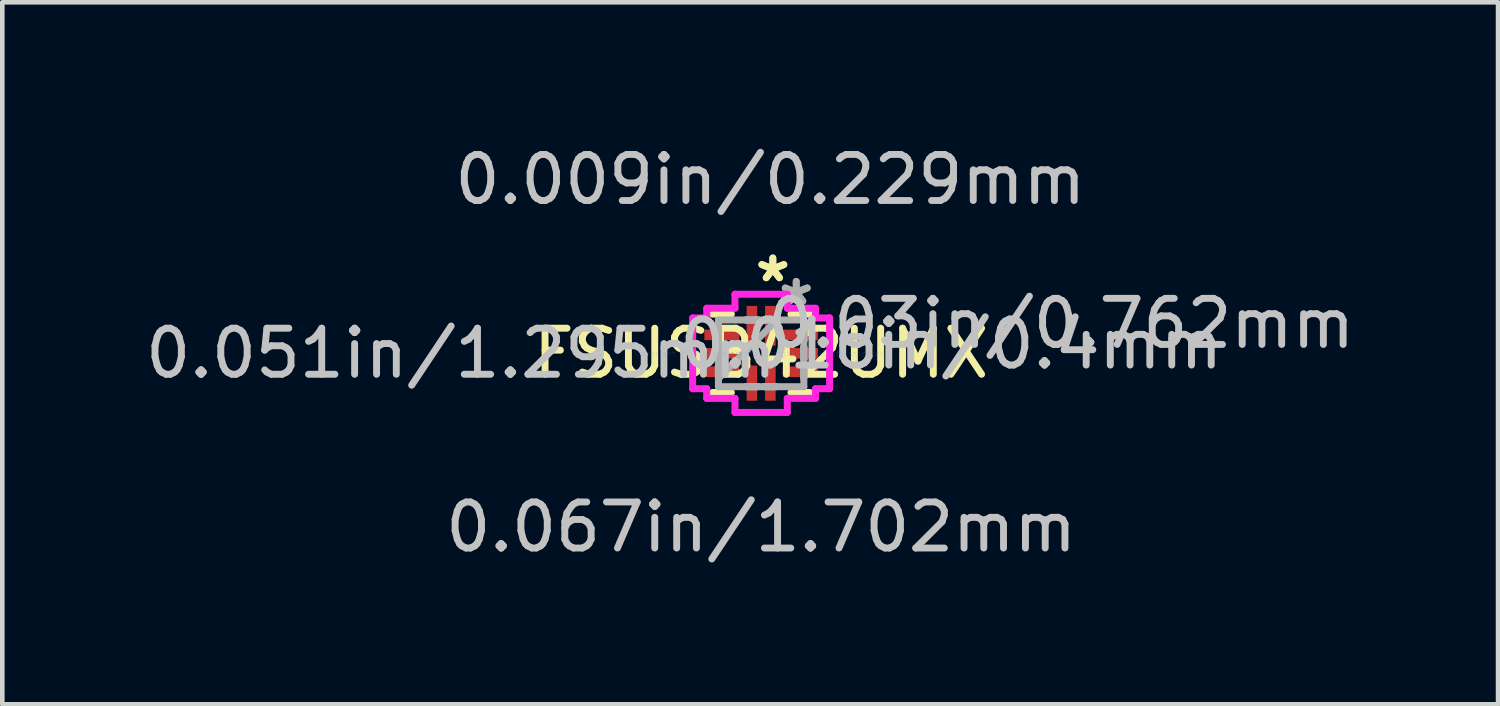
<source format=kicad_pcb>
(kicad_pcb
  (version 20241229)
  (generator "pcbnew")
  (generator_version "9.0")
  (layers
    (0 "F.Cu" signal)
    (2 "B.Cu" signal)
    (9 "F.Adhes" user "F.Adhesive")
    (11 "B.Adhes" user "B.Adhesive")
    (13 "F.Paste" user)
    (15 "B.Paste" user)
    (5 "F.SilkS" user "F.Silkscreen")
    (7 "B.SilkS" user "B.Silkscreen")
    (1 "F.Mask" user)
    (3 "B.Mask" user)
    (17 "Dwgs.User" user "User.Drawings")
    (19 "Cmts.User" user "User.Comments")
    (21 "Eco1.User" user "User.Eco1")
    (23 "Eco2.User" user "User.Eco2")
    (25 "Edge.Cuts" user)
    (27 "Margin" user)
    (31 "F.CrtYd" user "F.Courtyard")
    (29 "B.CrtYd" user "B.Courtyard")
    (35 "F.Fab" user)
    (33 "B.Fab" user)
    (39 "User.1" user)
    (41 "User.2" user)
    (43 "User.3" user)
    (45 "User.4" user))
  (footprint "FSUSB42UMX"
    (layer "F.Cu")
    (at 13.473 4.62)
    (property "Reference" "FSUSB42UMX" (at 0 0 0) (layer "F.SilkS") (effects (font (size 1 1) (thickness 0.15))))
    (attr through_hole)
    (fp_line (start -1.054 -0.851) (end -0.647 -0.851) (stroke (width 0.152) (type solid)) (layer "F.SilkS"))
    (fp_line (start -0.647 0.851) (end -1.054 0.851) (stroke (width 0.152) (type solid)) (layer "F.SilkS"))
    (fp_line (start 0.647 -0.851) (end 1.054 -0.851) (stroke (width 0.152) (type solid)) (layer "F.SilkS"))
    (fp_line (start 1.054 0.851) (end 0.647 0.851) (stroke (width 0.152) (type solid)) (layer "F.SilkS"))
    (fp_line (start -1.486 -0.768) (end -1.486 0.768) (stroke (width 0.152) (type solid)) (layer "F.CrtYd"))
    (fp_line (start -1.486 0.768) (end -1.181 0.768) (stroke (width 0.152) (type solid)) (layer "F.CrtYd"))
    (fp_line (start -1.181 -0.978) (end -1.181 -0.768) (stroke (width 0.152) (type solid)) (layer "F.CrtYd"))
    (fp_line (start -1.181 -0.768) (end -1.486 -0.768) (stroke (width 0.152) (type solid)) (layer "F.CrtYd"))
    (fp_line (start -1.181 0.768) (end -1.181 0.978) (stroke (width 0.152) (type solid)) (layer "F.CrtYd"))
    (fp_line (start -1.181 0.978) (end -0.568 0.978) (stroke (width 0.152) (type solid)) (layer "F.CrtYd"))
    (fp_line (start -0.568 -1.283) (end -0.568 -0.978) (stroke (width 0.152) (type solid)) (layer "F.CrtYd"))
    (fp_line (start -0.568 -0.978) (end -1.181 -0.978) (stroke (width 0.152) (type solid)) (layer "F.CrtYd"))
    (fp_line (start -0.568 0.978) (end -0.568 1.283) (stroke (width 0.152) (type solid)) (layer "F.CrtYd"))
    (fp_line (start -0.568 1.283) (end 0.568 1.283) (stroke (width 0.152) (type solid)) (layer "F.CrtYd"))
    (fp_line (start 0.568 -1.283) (end -0.568 -1.283) (stroke (width 0.152) (type solid)) (layer "F.CrtYd"))
    (fp_line (start 0.568 -0.978) (end 0.568 -1.283) (stroke (width 0.152) (type solid)) (layer "F.CrtYd"))
    (fp_line (start 0.568 0.978) (end 1.181 0.978) (stroke (width 0.152) (type solid)) (layer "F.CrtYd"))
    (fp_line (start 0.568 1.283) (end 0.568 0.978) (stroke (width 0.152) (type solid)) (layer "F.CrtYd"))
    (fp_line (start 1.181 -0.978) (end 0.568 -0.978) (stroke (width 0.152) (type solid)) (layer "F.CrtYd"))
    (fp_line (start 1.181 -0.768) (end 1.181 -0.978) (stroke (width 0.152) (type solid)) (layer "F.CrtYd"))
    (fp_line (start 1.181 0.768) (end 1.486 0.768) (stroke (width 0.152) (type solid)) (layer "F.CrtYd"))
    (fp_line (start 1.181 0.978) (end 1.181 0.768) (stroke (width 0.152) (type solid)) (layer "F.CrtYd"))
    (fp_line (start 1.486 -0.768) (end 1.181 -0.768) (stroke (width 0.152) (type solid)) (layer "F.CrtYd"))
    (fp_line (start 1.486 0.768) (end 1.486 -0.768) (stroke (width 0.152) (type solid)) (layer "F.CrtYd"))
    (fp_line (start -0.927 -0.724) (end -0.927 0.724) (stroke (width 0.152) (type solid)) (layer "F.Fab"))
    (fp_line (start -0.927 -0.527) (end -0.927 -0.527) (stroke (width 0.152) (type solid)) (layer "F.Fab"))
    (fp_line (start -0.927 -0.527) (end -0.927 -0.273) (stroke (width 0.152) (type solid)) (layer "F.Fab"))
    (fp_line (start -0.927 -0.273) (end -0.927 -0.527) (stroke (width 0.152) (type solid)) (layer "F.Fab"))
    (fp_line (start -0.927 -0.273) (end -0.927 -0.273) (stroke (width 0.152) (type solid)) (layer "F.Fab"))
    (fp_line (start -0.927 -0.127) (end -0.927 -0.127) (stroke (width 0.152) (type solid)) (layer "F.Fab"))
    (fp_line (start -0.927 -0.127) (end -0.927 0.127) (stroke (width 0.152) (type solid)) (layer "F.Fab"))
    (fp_line (start -0.927 0.127) (end -0.927 -0.127) (stroke (width 0.152) (type solid)) (layer "F.Fab"))
    (fp_line (start -0.927 0.127) (end -0.927 0.127) (stroke (width 0.152) (type solid)) (layer "F.Fab"))
    (fp_line (start -0.927 0.273) (end -0.927 0.273) (stroke (width 0.152) (type solid)) (layer "F.Fab"))
    (fp_line (start -0.927 0.273) (end -0.927 0.527) (stroke (width 0.152) (type solid)) (layer "F.Fab"))
    (fp_line (start -0.927 0.527) (end -0.927 0.273) (stroke (width 0.152) (type solid)) (layer "F.Fab"))
    (fp_line (start -0.927 0.527) (end -0.927 0.527) (stroke (width 0.152) (type solid)) (layer "F.Fab"))
    (fp_line (start -0.927 0.546) (end 0.343 -0.724) (stroke (width 0.152) (type solid)) (layer "F.Fab"))
    (fp_line (start -0.927 0.724) (end 0.927 0.724) (stroke (width 0.152) (type solid)) (layer "F.Fab"))
    (fp_line (start -0.327 -0.724) (end -0.327 -0.724) (stroke (width 0.152) (type solid)) (layer "F.Fab"))
    (fp_line (start -0.327 -0.724) (end -0.073 -0.724) (stroke (width 0.152) (type solid)) (layer "F.Fab"))
    (fp_line (start -0.327 0.724) (end -0.327 0.724) (stroke (width 0.152) (type solid)) (layer "F.Fab"))
    (fp_line (start -0.327 0.724) (end -0.073 0.724) (stroke (width 0.152) (type solid)) (layer "F.Fab"))
    (fp_line (start -0.073 -0.724) (end -0.327 -0.724) (stroke (width 0.152) (type solid)) (layer "F.Fab"))
    (fp_line (start -0.073 -0.724) (end -0.073 -0.724) (stroke (width 0.152) (type solid)) (layer "F.Fab"))
    (fp_line (start -0.073 0.724) (end -0.327 0.724) (stroke (width 0.152) (type solid)) (layer "F.Fab"))
    (fp_line (start -0.073 0.724) (end -0.073 0.724) (stroke (width 0.152) (type solid)) (layer "F.Fab"))
    (fp_line (start 0.073 -0.724) (end 0.073 -0.724) (stroke (width 0.152) (type solid)) (layer "F.Fab"))
    (fp_line (start 0.073 -0.724) (end 0.327 -0.724) (stroke (width 0.152) (type solid)) (layer "F.Fab"))
    (fp_line (start 0.073 0.724) (end 0.073 0.724) (stroke (width 0.152) (type solid)) (layer "F.Fab"))
    (fp_line (start 0.073 0.724) (end 0.327 0.724) (stroke (width 0.152) (type solid)) (layer "F.Fab"))
    (fp_line (start 0.327 -0.724) (end 0.073 -0.724) (stroke (width 0.152) (type solid)) (layer "F.Fab"))
    (fp_line (start 0.327 -0.724) (end 0.327 -0.724) (stroke (width 0.152) (type solid)) (layer "F.Fab"))
    (fp_line (start 0.327 0.724) (end 0.073 0.724) (stroke (width 0.152) (type solid)) (layer "F.Fab"))
    (fp_line (start 0.327 0.724) (end 0.327 0.724) (stroke (width 0.152) (type solid)) (layer "F.Fab"))
    (fp_line (start 0.927 -0.724) (end -0.927 -0.724) (stroke (width 0.152) (type solid)) (layer "F.Fab"))
    (fp_line (start 0.927 -0.527) (end 0.927 -0.527) (stroke (width 0.152) (type solid)) (layer "F.Fab"))
    (fp_line (start 0.927 -0.527) (end 0.927 -0.273) (stroke (width 0.152) (type solid)) (layer "F.Fab"))
    (fp_line (start 0.927 -0.273) (end 0.927 -0.527) (stroke (width 0.152) (type solid)) (layer "F.Fab"))
    (fp_line (start 0.927 -0.273) (end 0.927 -0.273) (stroke (width 0.152) (type solid)) (layer "F.Fab"))
    (fp_line (start 0.927 -0.127) (end 0.927 -0.127) (stroke (width 0.152) (type solid)) (layer "F.Fab"))
    (fp_line (start 0.927 -0.127) (end 0.927 0.127) (stroke (width 0.152) (type solid)) (layer "F.Fab"))
    (fp_line (start 0.927 0.127) (end 0.927 -0.127) (stroke (width 0.152) (type solid)) (layer "F.Fab"))
    (fp_line (start 0.927 0.127) (end 0.927 0.127) (stroke (width 0.152) (type solid)) (layer "F.Fab"))
    (fp_line (start 0.927 0.273) (end 0.927 0.273) (stroke (width 0.152) (type solid)) (layer "F.Fab"))
    (fp_line (start 0.927 0.273) (end 0.927 0.527) (stroke (width 0.152) (type solid)) (layer "F.Fab"))
    (fp_line (start 0.927 0.527) (end 0.927 0.273) (stroke (width 0.152) (type solid)) (layer "F.Fab"))
    (fp_line (start 0.927 0.527) (end 0.927 0.527) (stroke (width 0.152) (type solid)) (layer "F.Fab"))
    (fp_line (start 0.927 0.724) (end 0.927 -0.724) (stroke (width 0.152) (type solid)) (layer "F.Fab"))
    (fp_text user "*" (at 0.254 -1.524 0) (layer "F.SilkS") (effects (font (size 1 1) (thickness 0.15))))
    (fp_text user "*" (at 0.254 -1.524 0) (layer "F.SilkS") (effects (font (size 1 1) (thickness 0.15))))
    (fp_text user "0.03in/0.762mm" (at 6.515 -0.648 0) (layer "Dwgs.User") (effects (font (size 1 1) (thickness 0.15))))
    (fp_text user "0.009in/0.229mm" (at 0.2 -3.772 0) (layer "Dwgs.User") (effects (font (size 1 1) (thickness 0.15))))
    (fp_text user "0.016in/0.4mm" (at 4.128 -0.2 0) (layer "Dwgs.User") (effects (font (size 1 1) (thickness 0.15))))
    (fp_text user "0.051in/1.295mm" (at -6.515 0 0) (layer "Dwgs.User") (effects (font (size 1 1) (thickness 0.15))))
    (fp_text user "0.067in/1.702mm" (at 0 3.772 0) (layer "Dwgs.User") (effects (font (size 1 1) (thickness 0.15))))
    (fp_text user "Copyright 2016 Accelerated Designs. All rights reserved." (at 0 0 0) (layer "Cmts.User") (effects (font (size 0.127 0.127) (thickness 0.002))))
    (fp_text user "*" (at 0.762 -1.016 0) (layer "F.Fab") (effects (font (size 1 1) (thickness 0.15))))
    (fp_text user "*" (at 0.762 -1.016 0) (layer "F.Fab") (effects (font (size 1 1) (thickness 0.15))))
    (pad "1" smd rect (at 0.2 -0.597) (size 0.229 0.864) (layers "F.Cu" "F.Mask" "F.Paste"))
    (pad "2" smd rect (at -0.2 -0.648) (size 0.229 0.762) (layers "F.Cu" "F.Mask" "F.Paste"))
    (pad "3" smd rect (at -0.851 -0.4 90) (size 0.229 0.762) (layers "F.Cu" "F.Mask" "F.Paste"))
    (pad "4" smd rect (at -0.851 0 90) (size 0.229 0.762) (layers "F.Cu" "F.Mask" "F.Paste"))
    (pad "5" smd rect (at -0.851 0.4 90) (size 0.229 0.762) (layers "F.Cu" "F.Mask" "F.Paste"))
    (pad "6" smd rect (at -0.2 0.648) (size 0.229 0.762) (layers "F.Cu" "F.Mask" "F.Paste"))
    (pad "7" smd rect (at 0.2 0.648) (size 0.229 0.762) (layers "F.Cu" "F.Mask" "F.Paste"))
    (pad "8" smd rect (at 0.851 0.4 90) (size 0.229 0.762) (layers "F.Cu" "F.Mask" "F.Paste"))
    (pad "9" smd rect (at 0.851 0 90) (size 0.229 0.762) (layers "F.Cu" "F.Mask" "F.Paste"))
    (pad "10" smd rect (at 0.851 -0.4 90) (size 0.229 0.762) (layers "F.Cu" "F.Mask" "F.Paste")))
  (gr_rect
    (start -3 -3)
    (end 29.471 12.24)
    (stroke (width 0.1) (type default))
    (fill no)
    (layer "Edge.Cuts")))
</source>
